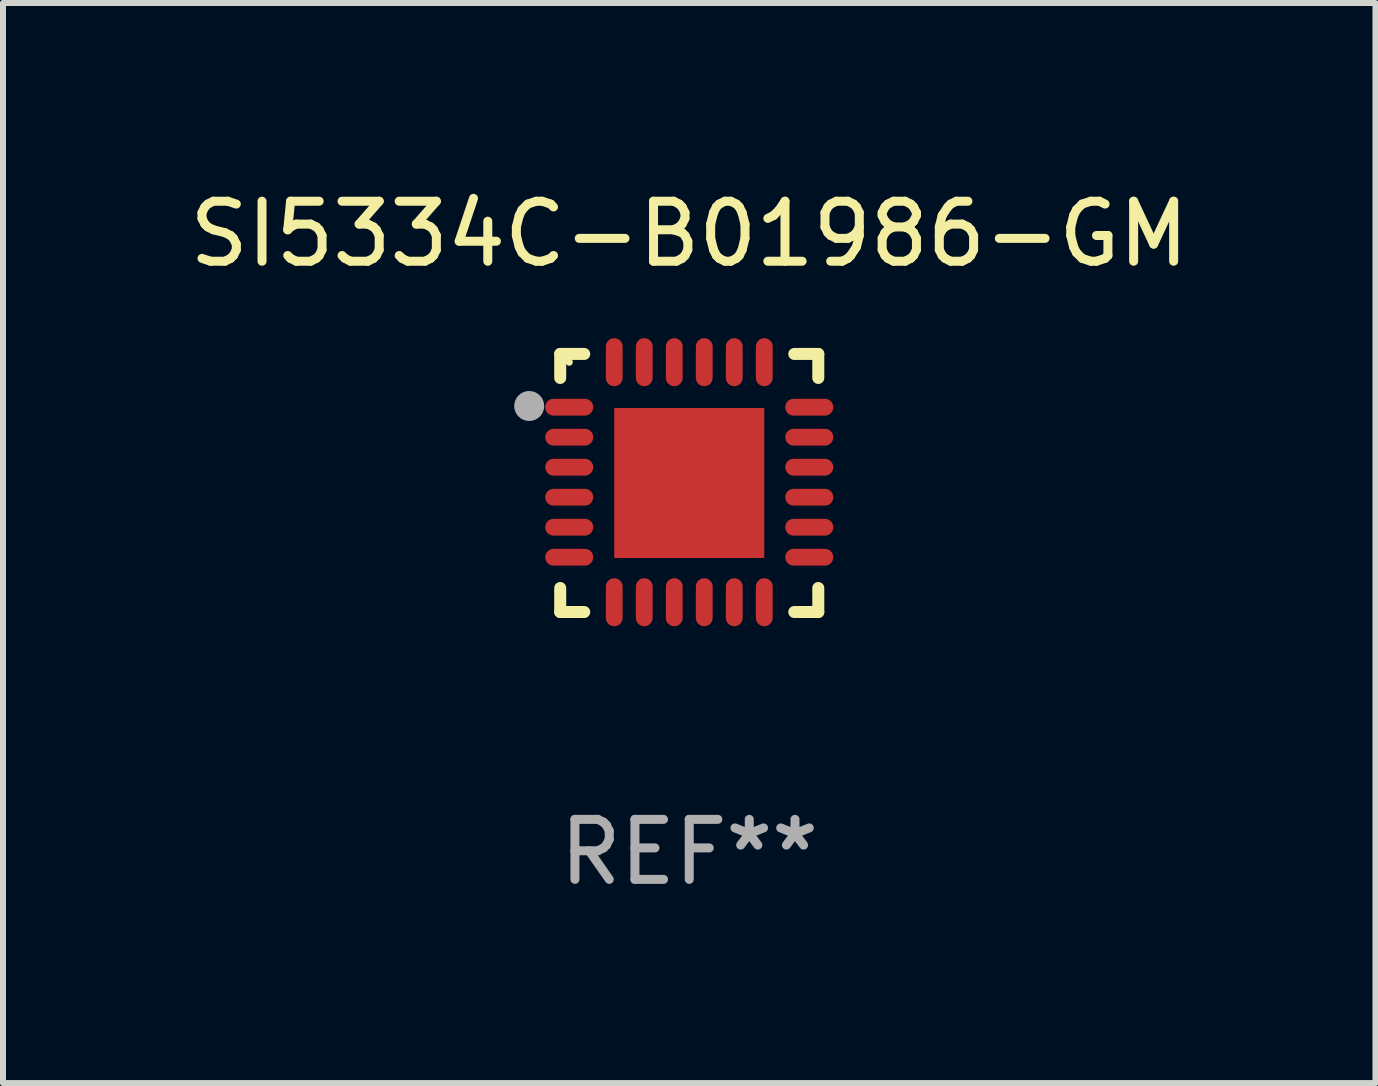
<source format=kicad_pcb>
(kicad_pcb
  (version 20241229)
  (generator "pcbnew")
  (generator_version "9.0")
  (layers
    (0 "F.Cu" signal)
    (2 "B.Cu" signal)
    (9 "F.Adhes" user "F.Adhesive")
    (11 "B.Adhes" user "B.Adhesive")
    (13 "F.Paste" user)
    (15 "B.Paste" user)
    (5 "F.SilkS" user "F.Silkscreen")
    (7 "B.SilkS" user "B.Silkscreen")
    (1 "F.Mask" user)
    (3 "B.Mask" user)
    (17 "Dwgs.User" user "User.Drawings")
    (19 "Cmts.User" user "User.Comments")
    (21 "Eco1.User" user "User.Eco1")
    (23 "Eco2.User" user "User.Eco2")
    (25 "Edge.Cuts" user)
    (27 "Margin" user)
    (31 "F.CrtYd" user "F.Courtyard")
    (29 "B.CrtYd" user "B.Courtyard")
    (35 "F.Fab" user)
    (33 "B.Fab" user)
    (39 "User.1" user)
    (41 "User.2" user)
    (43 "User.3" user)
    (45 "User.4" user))
  (footprint "SI5334C-B01986-GM"
    (layer "F.Cu")
    (at 8.435 4.998)
    (property "Reference" "SI5334C-B01986-GM" (at 0 -4.15 0) (layer "F.SilkS") (effects (font (size 1 1) (thickness 0.15))))
    (attr through_hole)
    (fp_line (start -2.15 -2.15) (end -1.75 -2.15) (stroke (width 0.2) (type solid)) (layer "F.SilkS"))
    (fp_line (start -2.15 -1.75) (end -2.15 -2.15) (stroke (width 0.2) (type solid)) (layer "F.SilkS"))
    (fp_line (start -2.15 2.15) (end -2.15 1.75) (stroke (width 0.2) (type solid)) (layer "F.SilkS"))
    (fp_line (start -1.75 2.15) (end -2.15 2.15) (stroke (width 0.2) (type solid)) (layer "F.SilkS"))
    (fp_line (start 1.75 -2.15) (end 2.15 -2.15) (stroke (width 0.2) (type solid)) (layer "F.SilkS"))
    (fp_line (start 1.75 2.15) (end 2.15 2.15) (stroke (width 0.2) (type solid)) (layer "F.SilkS"))
    (fp_line (start 2.15 -2.15) (end 2.15 -1.75) (stroke (width 0.2) (type solid)) (layer "F.SilkS"))
    (fp_line (start 2.15 2.15) (end 2.15 1.75) (stroke (width 0.2) (type solid)) (layer "F.SilkS"))
    (fp_circle (center -2 -2.013) (end -1.97 -2.013) (stroke (width 0.06) (type solid)) (fill no) (layer "F.SilkS"))
    (fp_circle (center -2.667 -1.283) (end -2.542 -1.283) (stroke (width 0.25) (type solid)) (fill no) (layer "F.Fab"))
    (fp_text user "REF**" (at 0 6.15 0) (layer "F.Fab") (effects (font (size 1 1) (thickness 0.15))))
    (pad "1" smd oval (at -2 -1.263) (size 0.8 0.28) (layers "F.Cu" "F.Mask" "F.Paste"))
    (pad "2" smd oval (at -2 -0.763) (size 0.8 0.28) (layers "F.Cu" "F.Mask" "F.Paste"))
    (pad "3" smd oval (at -2 -0.263) (size 0.8 0.28) (layers "F.Cu" "F.Mask" "F.Paste"))
    (pad "4" smd oval (at -2 0.237) (size 0.8 0.28) (layers "F.Cu" "F.Mask" "F.Paste"))
    (pad "5" smd oval (at -2 0.737) (size 0.8 0.28) (layers "F.Cu" "F.Mask" "F.Paste"))
    (pad "6" smd oval (at -2 1.237) (size 0.8 0.28) (layers "F.Cu" "F.Mask" "F.Paste"))
    (pad "7" smd oval (at -1.25 1.987) (size 0.28 0.8) (layers "F.Cu" "F.Mask" "F.Paste"))
    (pad "8" smd oval (at -0.75 1.987) (size 0.28 0.8) (layers "F.Cu" "F.Mask" "F.Paste"))
    (pad "9" smd oval (at -0.25 1.987) (size 0.28 0.8) (layers "F.Cu" "F.Mask" "F.Paste"))
    (pad "10" smd oval (at 0.25 1.987) (size 0.28 0.8) (layers "F.Cu" "F.Mask" "F.Paste"))
    (pad "11" smd oval (at 0.75 1.987) (size 0.28 0.8) (layers "F.Cu" "F.Mask" "F.Paste"))
    (pad "12" smd oval (at 1.25 1.987) (size 0.28 0.8) (layers "F.Cu" "F.Mask" "F.Paste"))
    (pad "13" smd oval (at 2 1.237) (size 0.8 0.28) (layers "F.Cu" "F.Mask" "F.Paste"))
    (pad "14" smd oval (at 2 0.737) (size 0.8 0.28) (layers "F.Cu" "F.Mask" "F.Paste"))
    (pad "15" smd oval (at 2 0.237) (size 0.8 0.28) (layers "F.Cu" "F.Mask" "F.Paste"))
    (pad "16" smd oval (at 2 -0.263) (size 0.8 0.28) (layers "F.Cu" "F.Mask" "F.Paste"))
    (pad "17" smd oval (at 2 -0.763) (size 0.8 0.28) (layers "F.Cu" "F.Mask" "F.Paste"))
    (pad "18" smd oval (at 2 -1.263) (size 0.8 0.28) (layers "F.Cu" "F.Mask" "F.Paste"))
    (pad "19" smd oval (at 1.25 -2.013) (size 0.28 0.8) (layers "F.Cu" "F.Mask" "F.Paste"))
    (pad "20" smd oval (at 0.75 -2.013) (size 0.28 0.8) (layers "F.Cu" "F.Mask" "F.Paste"))
    (pad "21" smd oval (at 0.25 -2.013) (size 0.28 0.8) (layers "F.Cu" "F.Mask" "F.Paste"))
    (pad "22" smd oval (at -0.25 -2.013) (size 0.28 0.8) (layers "F.Cu" "F.Mask" "F.Paste"))
    (pad "23" smd oval (at -0.75 -2.013) (size 0.28 0.8) (layers "F.Cu" "F.Mask" "F.Paste"))
    (pad "24" smd oval (at -1.25 -2.013) (size 0.28 0.8) (layers "F.Cu" "F.Mask" "F.Paste"))
    (pad "25" smd rect (at -0.000127 -0.00014) (size 2.5 2.5) (layers "F.Cu" "F.Mask" "F.Paste")))
  (gr_rect
    (start -3 -3)
    (end 19.869 14.997)
    (stroke (width 0.1) (type default))
    (fill no)
    (layer "Edge.Cuts")))
</source>
